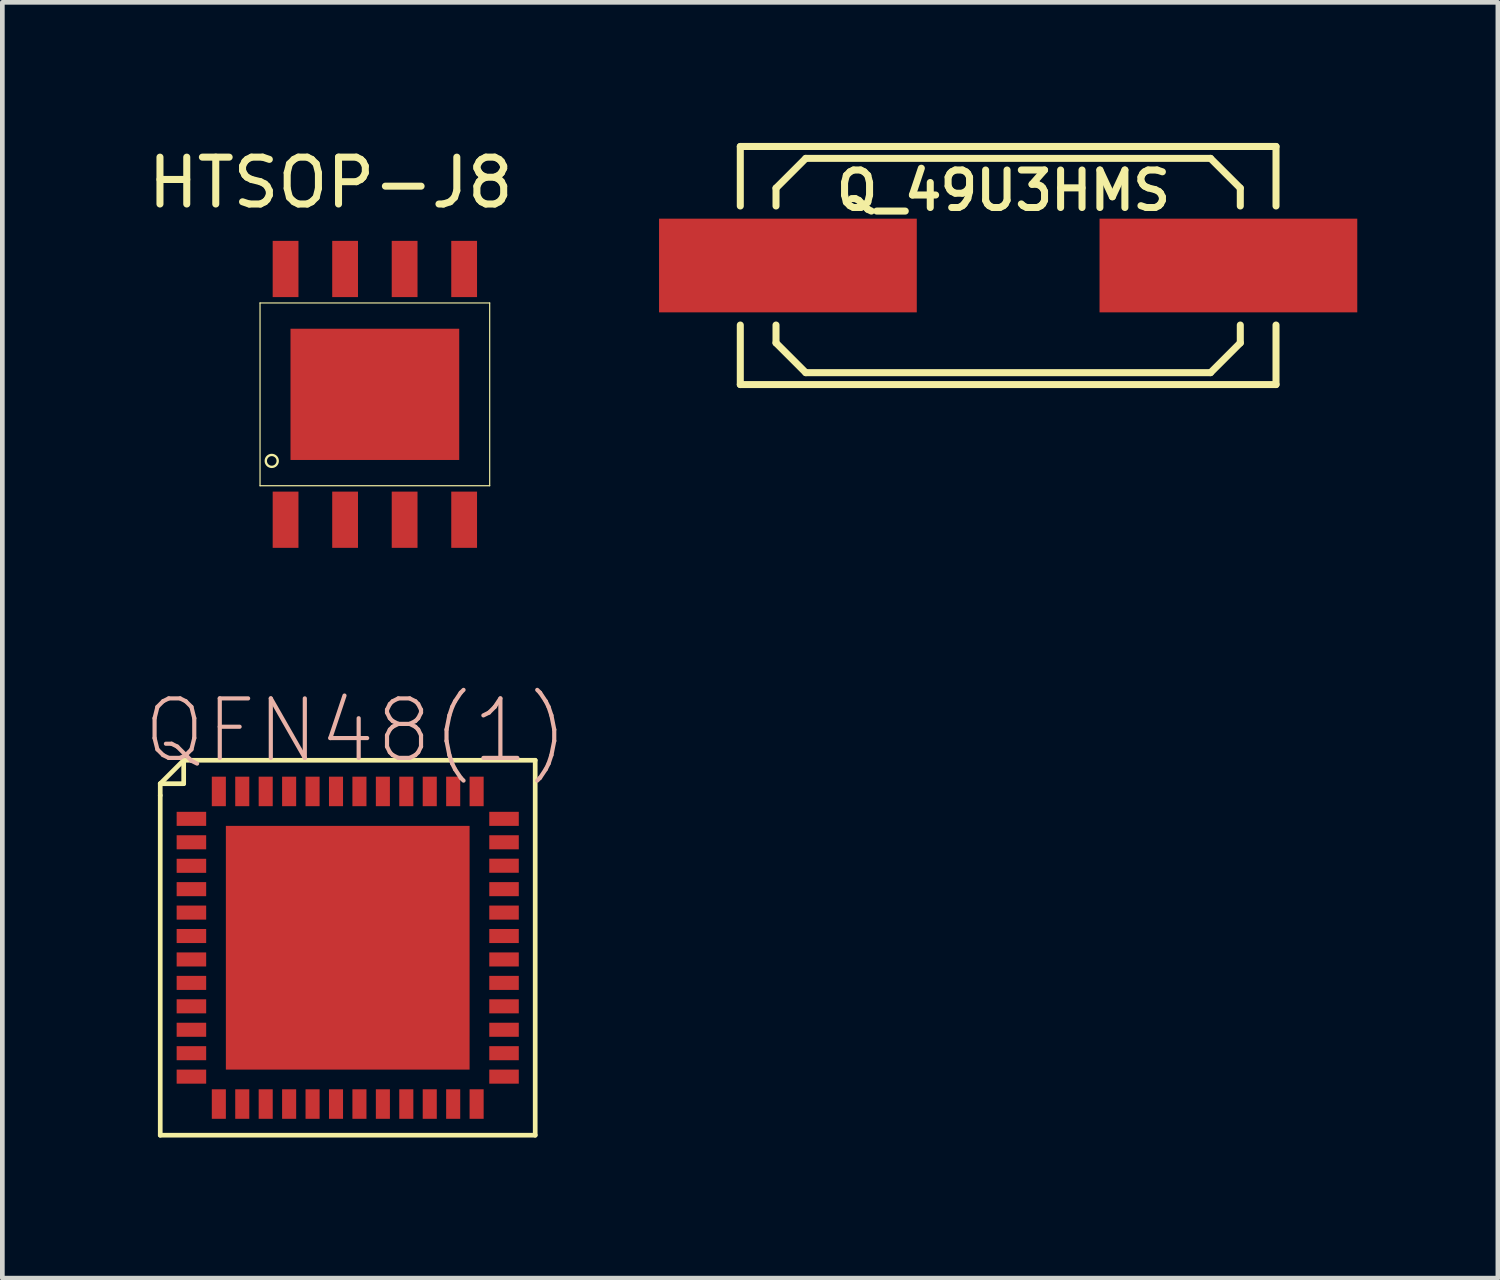
<source format=kicad_pcb>
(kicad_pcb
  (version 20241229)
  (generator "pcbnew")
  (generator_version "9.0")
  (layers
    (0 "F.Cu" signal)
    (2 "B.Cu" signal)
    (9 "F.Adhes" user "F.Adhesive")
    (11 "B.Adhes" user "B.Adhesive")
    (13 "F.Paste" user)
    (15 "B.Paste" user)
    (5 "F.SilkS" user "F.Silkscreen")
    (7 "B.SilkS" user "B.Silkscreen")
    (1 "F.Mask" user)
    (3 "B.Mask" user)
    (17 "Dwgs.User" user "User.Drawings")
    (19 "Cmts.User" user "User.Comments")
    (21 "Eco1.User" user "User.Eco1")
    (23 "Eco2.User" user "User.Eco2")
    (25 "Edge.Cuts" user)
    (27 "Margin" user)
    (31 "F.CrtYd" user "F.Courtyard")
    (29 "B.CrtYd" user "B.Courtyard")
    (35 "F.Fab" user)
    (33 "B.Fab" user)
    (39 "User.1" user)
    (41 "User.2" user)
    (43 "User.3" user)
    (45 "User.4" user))
  (footprint "QFN48(1)"
    (layer "F.Cu")
    (at 4.369 17.171)
    (property "Reference" "QFN48(1)" (at 0.173 -4.633 0) (layer "B.SilkS") (effects (font (size 1.27 1.27) (thickness 0.089))))
    (attr smd)
    (fp_line (start -4 -3.5) (end -4 -3.25) (stroke (width 0.1) (type solid)) (layer "F.SilkS"))
    (fp_line (start -4 -3.5) (end -3.5 -3.5) (stroke (width 0.1) (type solid)) (layer "F.SilkS"))
    (fp_line (start -4 -3.25) (end -4 4) (stroke (width 0.1) (type solid)) (layer "F.SilkS"))
    (fp_line (start -4 4) (end 4 4) (stroke (width 0.1) (type solid)) (layer "F.SilkS"))
    (fp_line (start -3.5 -4) (end -4 -3.5) (stroke (width 0.1) (type solid)) (layer "F.SilkS"))
    (fp_line (start -3.5 -3.5) (end -3.5 -4) (stroke (width 0.1) (type solid)) (layer "F.SilkS"))
    (fp_line (start 4 -4) (end -3.5 -4) (stroke (width 0.1) (type solid)) (layer "F.SilkS"))
    (fp_line (start 4 4) (end 4 -4) (stroke (width 0.1) (type solid)) (layer "F.SilkS"))
    (pad "1" smd rect (at -3.335 -2.75) (size 0.63 0.3) (layers "F.Cu" "F.Mask" "F.Paste"))
    (pad "2" smd rect (at -3.335 -2.25) (size 0.63 0.3) (layers "F.Cu" "F.Mask" "F.Paste"))
    (pad "3" smd rect (at -3.335 -1.748) (size 0.63 0.3) (layers "F.Cu" "F.Mask" "F.Paste"))
    (pad "4" smd rect (at -3.335 -1.25) (size 0.63 0.3) (layers "F.Cu" "F.Mask" "F.Paste"))
    (pad "5" smd rect (at -3.335 -0.75) (size 0.63 0.3) (layers "F.Cu" "F.Mask" "F.Paste"))
    (pad "6" smd rect (at -3.335 -0.25) (size 0.63 0.3) (layers "F.Cu" "F.Mask" "F.Paste"))
    (pad "7" smd rect (at -3.335 0.25) (size 0.63 0.3) (layers "F.Cu" "F.Mask" "F.Paste"))
    (pad "8" smd rect (at -3.335 0.75) (size 0.63 0.3) (layers "F.Cu" "F.Mask" "F.Paste"))
    (pad "9" smd rect (at -3.335 1.25) (size 0.63 0.3) (layers "F.Cu" "F.Mask" "F.Paste"))
    (pad "10" smd rect (at -3.335 1.75) (size 0.63 0.3) (layers "F.Cu" "F.Mask" "F.Paste"))
    (pad "11" smd rect (at -3.335 2.25) (size 0.63 0.3) (layers "F.Cu" "F.Mask" "F.Paste"))
    (pad "12" smd rect (at -3.335 2.75) (size 0.63 0.3) (layers "F.Cu" "F.Mask" "F.Paste"))
    (pad "13" smd rect (at -2.75 3.335) (size 0.3 0.63) (layers "F.Cu" "F.Mask" "F.Paste"))
    (pad "14" smd rect (at -2.25 3.335) (size 0.3 0.63) (layers "F.Cu" "F.Mask" "F.Paste"))
    (pad "15" smd rect (at -1.75 3.335) (size 0.3 0.63) (layers "F.Cu" "F.Mask" "F.Paste"))
    (pad "16" smd rect (at -1.25 3.335) (size 0.3 0.63) (layers "F.Cu" "F.Mask" "F.Paste"))
    (pad "17" smd rect (at -0.75 3.335) (size 0.3 0.63) (layers "F.Cu" "F.Mask" "F.Paste"))
    (pad "18" smd rect (at -0.25 3.335) (size 0.3 0.63) (layers "F.Cu" "F.Mask" "F.Paste"))
    (pad "19" smd rect (at 0.25 3.335) (size 0.3 0.63) (layers "F.Cu" "F.Mask" "F.Paste"))
    (pad "20" smd rect (at 0.75 3.335) (size 0.3 0.63) (layers "F.Cu" "F.Mask" "F.Paste"))
    (pad "21" smd rect (at 1.25 3.335) (size 0.3 0.63) (layers "F.Cu" "F.Mask" "F.Paste"))
    (pad "22" smd rect (at 1.75 3.335) (size 0.3 0.63) (layers "F.Cu" "F.Mask" "F.Paste"))
    (pad "23" smd rect (at 2.25 3.335) (size 0.3 0.63) (layers "F.Cu" "F.Mask" "F.Paste"))
    (pad "24" smd rect (at 2.75 3.335) (size 0.3 0.63) (layers "F.Cu" "F.Mask" "F.Paste"))
    (pad "25" smd rect (at 3.335 2.75) (size 0.63 0.3) (layers "F.Cu" "F.Mask" "F.Paste"))
    (pad "26" smd rect (at 3.335 2.25) (size 0.63 0.3) (layers "F.Cu" "F.Mask" "F.Paste"))
    (pad "27" smd rect (at 3.335 1.75) (size 0.63 0.3) (layers "F.Cu" "F.Mask" "F.Paste"))
    (pad "28" smd rect (at 3.335 1.25) (size 0.63 0.3) (layers "F.Cu" "F.Mask" "F.Paste"))
    (pad "29" smd rect (at 3.335 0.75) (size 0.63 0.3) (layers "F.Cu" "F.Mask" "F.Paste"))
    (pad "30" smd rect (at 3.335 0.25) (size 0.63 0.3) (layers "F.Cu" "F.Mask" "F.Paste"))
    (pad "31" smd rect (at 3.335 -0.25) (size 0.63 0.3) (layers "F.Cu" "F.Mask" "F.Paste"))
    (pad "32" smd rect (at 3.335 -0.75) (size 0.63 0.3) (layers "F.Cu" "F.Mask" "F.Paste"))
    (pad "33" smd rect (at 3.335 -1.25) (size 0.63 0.3) (layers "F.Cu" "F.Mask" "F.Paste"))
    (pad "34" smd rect (at 3.335 -1.75) (size 0.63 0.3) (layers "F.Cu" "F.Mask" "F.Paste"))
    (pad "35" smd rect (at 3.335 -2.25) (size 0.63 0.3) (layers "F.Cu" "F.Mask" "F.Paste"))
    (pad "36" smd rect (at 3.335 -2.75) (size 0.63 0.3) (layers "F.Cu" "F.Mask" "F.Paste"))
    (pad "37" smd rect (at 2.75 -3.335) (size 0.3 0.63) (layers "F.Cu" "F.Mask" "F.Paste"))
    (pad "38" smd rect (at 2.25 -3.335) (size 0.3 0.63) (layers "F.Cu" "F.Mask" "F.Paste"))
    (pad "39" smd rect (at 1.75 -3.335) (size 0.3 0.63) (layers "F.Cu" "F.Mask" "F.Paste"))
    (pad "40" smd rect (at 1.25 -3.335) (size 0.3 0.63) (layers "F.Cu" "F.Mask" "F.Paste"))
    (pad "41" smd rect (at 0.75 -3.335) (size 0.3 0.63) (layers "F.Cu" "F.Mask" "F.Paste"))
    (pad "42" smd rect (at 0.25 -3.335) (size 0.3 0.63) (layers "F.Cu" "F.Mask" "F.Paste"))
    (pad "43" smd rect (at -0.25 -3.335) (size 0.3 0.63) (layers "F.Cu" "F.Mask" "F.Paste"))
    (pad "44" smd rect (at -0.75 -3.335) (size 0.3 0.63) (layers "F.Cu" "F.Mask" "F.Paste"))
    (pad "45" smd rect (at -1.25 -3.335) (size 0.3 0.63) (layers "F.Cu" "F.Mask" "F.Paste"))
    (pad "46" smd rect (at -1.75 -3.335) (size 0.3 0.63) (layers "F.Cu" "F.Mask" "F.Paste"))
    (pad "47" smd rect (at -2.25 -3.335) (size 0.3 0.63) (layers "F.Cu" "F.Mask" "F.Paste"))
    (pad "48" smd rect (at -2.75 -3.335) (size 0.3 0.63) (layers "F.Cu" "F.Mask" "F.Paste"))
    (pad "49" smd rect (at 0 0) (size 5.2 5.2) (layers "F.Cu" "F.Mask" "F.Paste")))
  (footprint "Q_49U3HMS"
    (layer "F.Cu")
    (at 18.46 2.615)
    (property "Reference" "Q_49U3HMS" (at -0.1 -1.6 0) (layer "F.SilkS") (effects (font (size 0.8 0.8) (thickness 0.15))))
    (attr through_hole)
    (fp_line (start -5.715 -2.54) (end -5.715 -1.27) (stroke (width 0.15) (type solid)) (layer "F.SilkS"))
    (fp_line (start -5.715 -2.54) (end 5.715 -2.54) (stroke (width 0.15) (type solid)) (layer "F.SilkS"))
    (fp_line (start -5.715 2.54) (end -5.715 1.27) (stroke (width 0.15) (type solid)) (layer "F.SilkS"))
    (fp_line (start -4.953 -1.651) (end -4.953 -1.27) (stroke (width 0.15) (type solid)) (layer "F.SilkS"))
    (fp_line (start -4.953 1.651) (end -4.953 1.27) (stroke (width 0.15) (type solid)) (layer "F.SilkS"))
    (fp_line (start -4.953 1.651) (end -4.318 2.286) (stroke (width 0.15) (type solid)) (layer "F.SilkS"))
    (fp_line (start -4.318 -2.286) (end -4.953 -1.651) (stroke (width 0.15) (type solid)) (layer "F.SilkS"))
    (fp_line (start -4.318 2.286) (end 4.318 2.286) (stroke (width 0.15) (type solid)) (layer "F.SilkS"))
    (fp_line (start 4.318 -2.286) (end -4.318 -2.286) (stroke (width 0.15) (type solid)) (layer "F.SilkS"))
    (fp_line (start 4.318 2.286) (end 4.953 1.651) (stroke (width 0.15) (type solid)) (layer "F.SilkS"))
    (fp_line (start 4.953 -1.651) (end 4.318 -2.286) (stroke (width 0.15) (type solid)) (layer "F.SilkS"))
    (fp_line (start 4.953 -1.651) (end 4.953 -1.27) (stroke (width 0.15) (type solid)) (layer "F.SilkS"))
    (fp_line (start 4.953 1.651) (end 4.953 1.27) (stroke (width 0.15) (type solid)) (layer "F.SilkS"))
    (fp_line (start 5.715 -2.54) (end 5.715 -1.27) (stroke (width 0.15) (type solid)) (layer "F.SilkS"))
    (fp_line (start 5.715 2.54) (end -5.715 2.54) (stroke (width 0.15) (type solid)) (layer "F.SilkS"))
    (fp_line (start 5.715 2.54) (end 5.715 1.27) (stroke (width 0.15) (type solid)) (layer "F.SilkS"))
    (pad "1" smd rect (at -4.699 0) (size 5.499 1.999) (layers "F.Cu" "F.Mask" "F.Paste"))
    (pad "2" smd rect (at 4.699 0) (size 5.499 1.999) (layers "F.Cu" "F.Mask" "F.Paste")))
  (footprint "HTSOP-J8"
    (layer "F.Cu")
    (at 2.498 7.314)
    (property "Reference" "HTSOP-J8" (at 1.508 -6.466 0) (layer "F.SilkS") (effects (font (size 1 1) (thickness 0.15))))
    (attr through_hole)
    (fp_line (start 0 -3.9) (end 0 0) (stroke (width 0.025) (type solid)) (layer "F.SilkS"))
    (fp_line (start 0 0) (end 4.9 0) (stroke (width 0.025) (type solid)) (layer "F.SilkS"))
    (fp_line (start 4.9 -3.9) (end 0 -3.9) (stroke (width 0.025) (type solid)) (layer "F.SilkS"))
    (fp_line (start 4.9 0) (end 4.9 -3.9) (stroke (width 0.025) (type solid)) (layer "F.SilkS"))
    (fp_circle (center 0.25 -0.53) (end 0.34 -0.62) (stroke (width 0.05) (type solid)) (fill no) (layer "F.SilkS"))
    (pad "1" smd rect (at 0.545 0.725) (size 0.55 1.2) (layers "F.Cu" "F.Mask" "F.Paste"))
    (pad "2" smd rect (at 1.815 0.725) (size 0.55 1.2) (layers "F.Cu" "F.Mask" "F.Paste"))
    (pad "3" smd rect (at 3.085 0.725) (size 0.55 1.2) (layers "F.Cu" "F.Mask" "F.Paste"))
    (pad "4" smd rect (at 4.355 0.725) (size 0.55 1.2) (layers "F.Cu" "F.Mask" "F.Paste"))
    (pad "5" smd rect (at 4.355 -4.625) (size 0.55 1.2) (layers "F.Cu" "F.Mask" "F.Paste"))
    (pad "6" smd rect (at 3.085 -4.625) (size 0.55 1.2) (layers "F.Cu" "F.Mask" "F.Paste"))
    (pad "7" smd rect (at 1.815 -4.625) (size 0.55 1.2) (layers "F.Cu" "F.Mask" "F.Paste"))
    (pad "8" smd rect (at 0.545 -4.625) (size 0.55 1.2) (layers "F.Cu" "F.Mask" "F.Paste"))
    (pad "9" smd rect (at 2.45 -1.95) (size 3.6 2.8) (layers "F.Cu" "F.Mask" "F.Paste")))
  (gr_rect
    (start -3 -3)
    (end 28.909 24.221)
    (stroke (width 0.1) (type default))
    (fill no)
    (layer "Edge.Cuts")))
</source>
